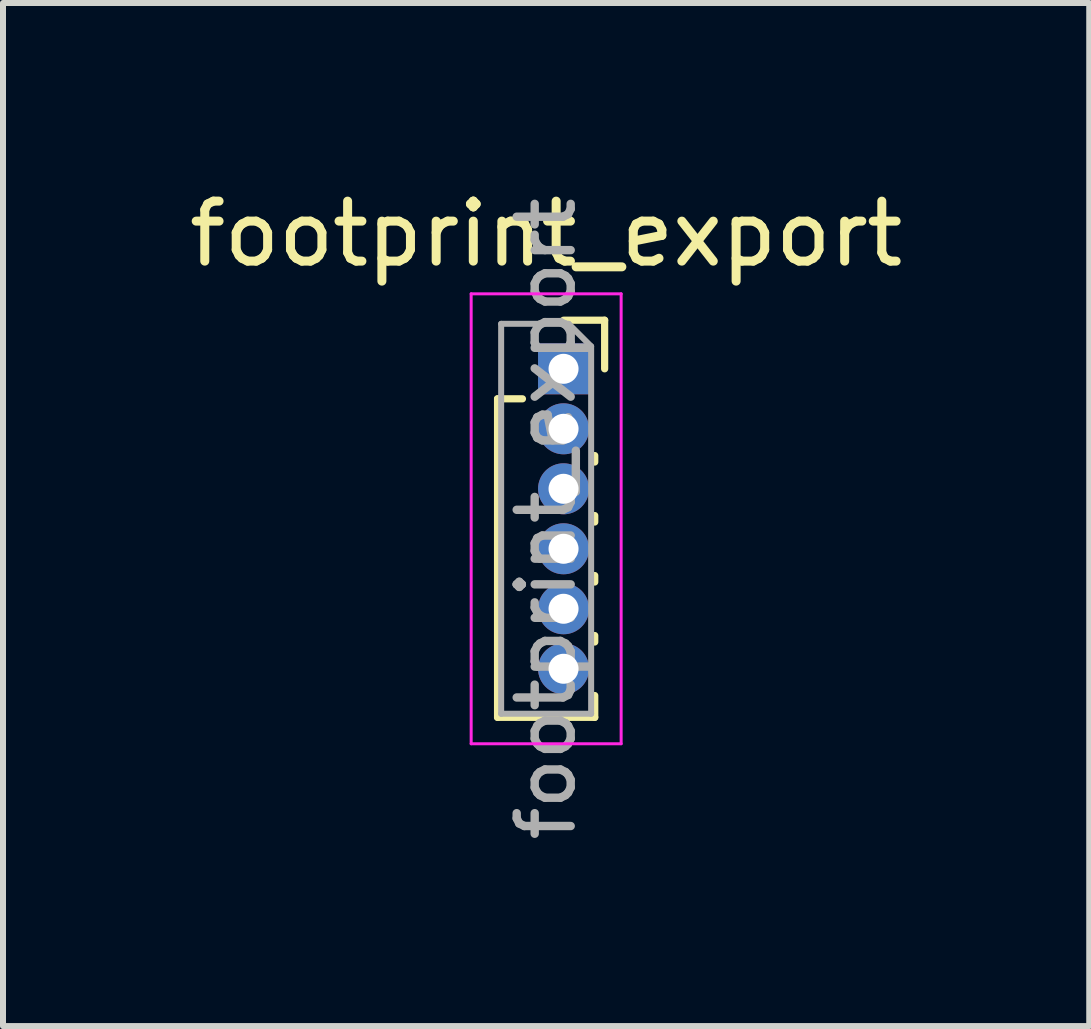
<source format=kicad_pcb>
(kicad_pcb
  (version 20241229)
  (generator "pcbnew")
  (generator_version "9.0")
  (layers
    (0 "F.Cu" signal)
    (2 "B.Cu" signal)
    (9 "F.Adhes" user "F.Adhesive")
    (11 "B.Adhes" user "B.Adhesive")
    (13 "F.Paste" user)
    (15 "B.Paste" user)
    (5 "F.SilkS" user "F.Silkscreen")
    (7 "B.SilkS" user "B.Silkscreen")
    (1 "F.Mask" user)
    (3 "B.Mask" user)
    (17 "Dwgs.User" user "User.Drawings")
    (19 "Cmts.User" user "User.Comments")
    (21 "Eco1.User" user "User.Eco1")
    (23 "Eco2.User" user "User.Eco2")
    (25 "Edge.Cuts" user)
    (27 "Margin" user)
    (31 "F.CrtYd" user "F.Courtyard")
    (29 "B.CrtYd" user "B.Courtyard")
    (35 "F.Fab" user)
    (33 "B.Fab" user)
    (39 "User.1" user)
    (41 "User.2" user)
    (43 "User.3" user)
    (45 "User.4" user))
  (footprint "footprint_export"
    (layer "F.Cu")
    (at 6.344 3.098)
    (property "Reference" "footprint_export" (at -0.29 -2.25 0) (layer "F.SilkS") (effects (font (size 1 1) (thickness 0.15))))
    (attr through_hole)
    (fp_line (start -1.1 0.5) (end -1.1 5.81) (stroke (width 0.12) (type solid)) (layer "F.SilkS"))
    (fp_line (start -1.1 0.5) (end -0.685 0.5) (stroke (width 0.12) (type solid)) (layer "F.SilkS"))
    (fp_line (start -1.1 5.81) (end 0.52 5.81) (stroke (width 0.12) (type solid)) (layer "F.SilkS"))
    (fp_line (start 0 -0.81) (end 0.685 -0.81) (stroke (width 0.12) (type solid)) (layer "F.SilkS"))
    (fp_line (start 0.52 1.446) (end 0.52 1.554) (stroke (width 0.12) (type solid)) (layer "F.SilkS"))
    (fp_line (start 0.52 2.446) (end 0.52 2.554) (stroke (width 0.12) (type solid)) (layer "F.SilkS"))
    (fp_line (start 0.52 3.446) (end 0.52 3.554) (stroke (width 0.12) (type solid)) (layer "F.SilkS"))
    (fp_line (start 0.52 4.446) (end 0.52 4.554) (stroke (width 0.12) (type solid)) (layer "F.SilkS"))
    (fp_line (start 0.52 5.446) (end 0.52 5.81) (stroke (width 0.12) (type solid)) (layer "F.SilkS"))
    (fp_line (start 0.685 -0.81) (end 0.685 0) (stroke (width 0.12) (type solid)) (layer "F.SilkS"))
    (fp_line (start -1.54 -1.25) (end 0.96 -1.25) (stroke (width 0.05) (type solid)) (layer "F.CrtYd"))
    (fp_line (start -1.54 6.25) (end -1.54 -1.25) (stroke (width 0.05) (type solid)) (layer "F.CrtYd"))
    (fp_line (start 0.96 -1.25) (end 0.96 6.25) (stroke (width 0.05) (type solid)) (layer "F.CrtYd"))
    (fp_line (start 0.96 6.25) (end -1.54 6.25) (stroke (width 0.05) (type solid)) (layer "F.CrtYd"))
    (fp_line (start -1.04 -0.75) (end 0.085 -0.75) (stroke (width 0.1) (type solid)) (layer "F.Fab"))
    (fp_line (start -1.04 5.75) (end -1.04 -0.75) (stroke (width 0.1) (type solid)) (layer "F.Fab"))
    (fp_line (start 0.085 -0.75) (end 0.46 -0.375) (stroke (width 0.1) (type solid)) (layer "F.Fab"))
    (fp_line (start 0.46 -0.375) (end 0.46 5.75) (stroke (width 0.1) (type solid)) (layer "F.Fab"))
    (fp_line (start 0.46 5.75) (end -1.04 5.75) (stroke (width 0.1) (type solid)) (layer "F.Fab"))
    (fp_text user "${REFERENCE}" (at -0.29 2.5 90) (layer "F.Fab") (effects (font (size 0.9 0.9) (thickness 0.14))))
    (pad "1" thru_hole rect (at 0 0) (size 0.85 0.85) (drill 0.5) (layers "*.Cu" "*.Mask"))
    (pad "2" thru_hole oval (at 0 1) (size 0.85 0.85) (drill 0.5) (layers "*.Cu" "*.Mask"))
    (pad "3" thru_hole oval (at 0 2) (size 0.85 0.85) (drill 0.5) (layers "*.Cu" "*.Mask"))
    (pad "4" thru_hole oval (at 0 3) (size 0.85 0.85) (drill 0.5) (layers "*.Cu" "*.Mask"))
    (pad "5" thru_hole oval (at 0 4) (size 0.85 0.85) (drill 0.5) (layers "*.Cu" "*.Mask"))
    (pad "6" thru_hole oval (at 0 5) (size 0.85 0.85) (drill 0.5) (layers "*.Cu" "*.Mask")))
  (gr_rect
    (start -3 -3)
    (end 15.107 14.054)
    (stroke (width 0.1) (type default))
    (fill no)
    (layer "Edge.Cuts")))
</source>
